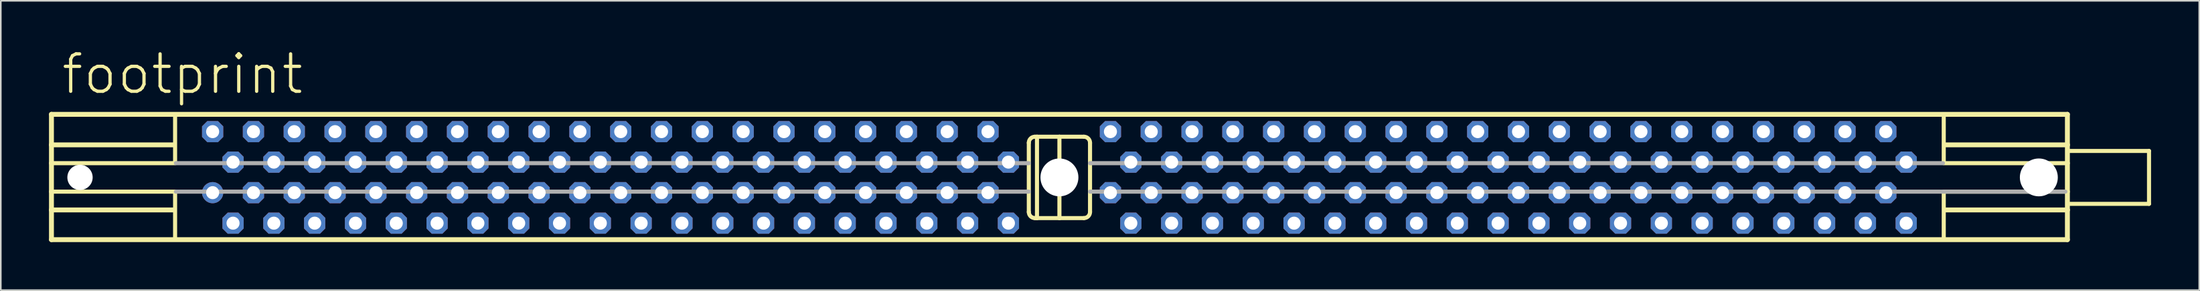
<source format=kicad_pcb>
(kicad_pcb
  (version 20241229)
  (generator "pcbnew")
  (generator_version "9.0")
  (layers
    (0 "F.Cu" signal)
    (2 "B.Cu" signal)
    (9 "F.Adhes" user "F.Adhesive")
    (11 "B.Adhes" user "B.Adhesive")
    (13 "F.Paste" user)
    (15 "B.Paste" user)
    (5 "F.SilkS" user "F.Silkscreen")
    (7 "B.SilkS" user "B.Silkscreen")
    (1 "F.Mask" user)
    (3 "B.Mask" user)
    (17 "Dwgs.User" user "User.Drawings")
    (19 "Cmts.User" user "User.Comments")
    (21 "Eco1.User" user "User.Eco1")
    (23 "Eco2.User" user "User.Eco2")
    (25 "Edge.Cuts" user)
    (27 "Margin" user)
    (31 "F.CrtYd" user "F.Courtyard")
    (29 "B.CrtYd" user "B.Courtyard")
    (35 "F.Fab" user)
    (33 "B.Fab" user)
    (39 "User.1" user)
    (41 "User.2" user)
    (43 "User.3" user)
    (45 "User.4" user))
  (footprint "footprint"
    (layer "F.Cu")
    (at 62.89 8.026)
    (property "Reference" "footprint" (at -62.23 -5.08 0) (layer "F.SilkS") (effects (font (size 2.337 2.337) (thickness 0.203)) (justify left bottom)))
    (fp_line (start -62.738 -3.937) (end -62.738 -2.032) (stroke (width 0.305) (type solid)) (layer "F.SilkS"))
    (fp_line (start -62.738 -3.937) (end 62.738 -3.937) (stroke (width 0.305) (type solid)) (layer "F.SilkS"))
    (fp_line (start -62.738 -2.032) (end -62.738 -0.889) (stroke (width 0.305) (type solid)) (layer "F.SilkS"))
    (fp_line (start -62.738 -2.032) (end -55.118 -2.032) (stroke (width 0.305) (type solid)) (layer "F.SilkS"))
    (fp_line (start -62.738 -0.889) (end -62.738 0.889) (stroke (width 0.305) (type solid)) (layer "F.SilkS"))
    (fp_line (start -62.738 -0.889) (end -55.118 -0.889) (stroke (width 0.254) (type solid)) (layer "F.SilkS"))
    (fp_line (start -62.738 0.889) (end -62.738 2.032) (stroke (width 0.305) (type solid)) (layer "F.SilkS"))
    (fp_line (start -62.738 0.889) (end -55.118 0.889) (stroke (width 0.254) (type solid)) (layer "F.SilkS"))
    (fp_line (start -62.738 2.032) (end -62.738 3.886) (stroke (width 0.305) (type solid)) (layer "F.SilkS"))
    (fp_line (start -62.738 2.032) (end -55.118 2.032) (stroke (width 0.305) (type solid)) (layer "F.SilkS"))
    (fp_line (start -55.042 -3.861) (end -55.042 -0.889) (stroke (width 0.254) (type solid)) (layer "F.SilkS"))
    (fp_line (start -55.042 0.889) (end -55.042 3.81) (stroke (width 0.254) (type solid)) (layer "F.SilkS"))
    (fp_line (start -1.905 -2.159) (end -1.905 2.159) (stroke (width 0.254) (type solid)) (layer "F.SilkS"))
    (fp_line (start -1.524 2.54) (end -1.397 2.54) (stroke (width 0.254) (type solid)) (layer "F.SilkS"))
    (fp_line (start -1.397 -2.54) (end -1.524 -2.54) (stroke (width 0.254) (type solid)) (layer "F.SilkS"))
    (fp_line (start -1.397 2.54) (end -1.397 -2.54) (stroke (width 0.254) (type solid)) (layer "F.SilkS"))
    (fp_line (start -1.397 2.54) (end 0 2.54) (stroke (width 0.254) (type solid)) (layer "F.SilkS"))
    (fp_line (start 0 -2.54) (end -1.397 -2.54) (stroke (width 0.254) (type solid)) (layer "F.SilkS"))
    (fp_line (start 0 2.54) (end 0 -2.54) (stroke (width 0.254) (type solid)) (layer "F.SilkS"))
    (fp_line (start 0 2.54) (end 1.524 2.54) (stroke (width 0.254) (type solid)) (layer "F.SilkS"))
    (fp_line (start 1.524 -2.54) (end 0 -2.54) (stroke (width 0.254) (type solid)) (layer "F.SilkS"))
    (fp_line (start 1.905 2.159) (end 1.905 -2.159) (stroke (width 0.254) (type solid)) (layer "F.SilkS"))
    (fp_line (start 55.042 -3.861) (end 55.042 -0.889) (stroke (width 0.254) (type solid)) (layer "F.SilkS"))
    (fp_line (start 55.042 0.889) (end 55.042 3.81) (stroke (width 0.254) (type solid)) (layer "F.SilkS"))
    (fp_line (start 62.738 -3.937) (end 62.738 -2.032) (stroke (width 0.305) (type solid)) (layer "F.SilkS"))
    (fp_line (start 62.738 -2.032) (end 55.118 -2.032) (stroke (width 0.305) (type solid)) (layer "F.SilkS"))
    (fp_line (start 62.738 -2.032) (end 62.738 -0.889) (stroke (width 0.305) (type solid)) (layer "F.SilkS"))
    (fp_line (start 62.738 -0.889) (end 55.118 -0.889) (stroke (width 0.254) (type solid)) (layer "F.SilkS"))
    (fp_line (start 62.738 -0.889) (end 62.738 0.889) (stroke (width 0.305) (type solid)) (layer "F.SilkS"))
    (fp_line (start 62.738 0.889) (end 55.118 0.889) (stroke (width 0.254) (type solid)) (layer "F.SilkS"))
    (fp_line (start 62.738 0.889) (end 62.738 2.032) (stroke (width 0.305) (type solid)) (layer "F.SilkS"))
    (fp_line (start 62.738 2.032) (end 55.118 2.032) (stroke (width 0.305) (type solid)) (layer "F.SilkS"))
    (fp_line (start 62.738 2.032) (end 62.738 3.886) (stroke (width 0.305) (type solid)) (layer "F.SilkS"))
    (fp_line (start 62.738 3.886) (end -62.738 3.886) (stroke (width 0.305) (type solid)) (layer "F.SilkS"))
    (fp_line (start 62.865 -1.651) (end 67.818 -1.651) (stroke (width 0.254) (type solid)) (layer "F.SilkS"))
    (fp_line (start 67.818 -1.651) (end 67.818 1.651) (stroke (width 0.254) (type solid)) (layer "F.SilkS"))
    (fp_line (start 67.818 1.651) (end 62.865 1.651) (stroke (width 0.254) (type solid)) (layer "F.SilkS"))
    (fp_arc (start -1.905 -2.159) (mid -1.793408 -2.428408) (end -1.524 -2.54) (stroke (width 0.254) (type solid)) (layer "F.SilkS"))
    (fp_arc (start -1.524 2.54) (mid -1.793408 2.428408) (end -1.905 2.159) (stroke (width 0.254) (type solid)) (layer "F.SilkS"))
    (fp_arc (start 1.524 -2.54) (mid 1.793408 -2.428408) (end 1.905 -2.159) (stroke (width 0.254) (type solid)) (layer "F.SilkS"))
    (fp_arc (start 1.905 2.159) (mid 1.793408 2.428408) (end 1.524 2.54) (stroke (width 0.254) (type solid)) (layer "F.SilkS"))
    (fp_line (start -54.991 -0.889) (end -1.905 -0.889) (stroke (width 0.254) (type solid)) (layer "F.Fab"))
    (fp_line (start -54.991 0.889) (end -1.905 0.889) (stroke (width 0.254) (type solid)) (layer "F.Fab"))
    (fp_line (start 1.905 0.889) (end 62.611 0.889) (stroke (width 0.254) (type solid)) (layer "F.Fab"))
    (fp_line (start 54.991 -0.889) (end 1.905 -0.889) (stroke (width 0.254) (type solid)) (layer "F.Fab"))
    (pad "" np_thru_hole circle (at -60.96 0) (size 1.575 1.575) (drill 1.575) (layers "*.Cu" "*.Mask"))
    (pad "" np_thru_hole circle (at 0 0) (size 2.362 2.362) (drill 2.362) (layers "*.Cu" "*.Mask"))
    (pad "" np_thru_hole circle (at 60.96 0) (size 2.362 2.362) (drill 2.362) (layers "*.Cu" "*.Mask"))
    (pad "1" thru_hole circle (at -52.705 0.953) (size 1.321 1.321) (drill 0.813) (layers "*.Cu" "*.Mask"))
    (pad "2" thru_hole roundrect (at -51.435 2.857) (size 1.321 1.321) (drill 0.813) (layers "*.Cu" "*.Mask") (roundrect_rratio 0.25) (chamfer_ratio 0.25) (chamfer top_left top_right bottom_left bottom_right))
    (pad "3" thru_hole roundrect (at -50.165 0.953) (size 1.321 1.321) (drill 0.813) (layers "*.Cu" "*.Mask") (roundrect_rratio 0.25) (chamfer_ratio 0.25) (chamfer top_left top_right bottom_left bottom_right))
    (pad "4" thru_hole roundrect (at -48.895 2.857) (size 1.321 1.321) (drill 0.813) (layers "*.Cu" "*.Mask") (roundrect_rratio 0.25) (chamfer_ratio 0.25) (chamfer top_left top_right bottom_left bottom_right))
    (pad "5" thru_hole roundrect (at -47.625 0.953) (size 1.321 1.321) (drill 0.813) (layers "*.Cu" "*.Mask") (roundrect_rratio 0.25) (chamfer_ratio 0.25) (chamfer top_left top_right bottom_left bottom_right))
    (pad "6" thru_hole roundrect (at -46.355 2.857) (size 1.321 1.321) (drill 0.813) (layers "*.Cu" "*.Mask") (roundrect_rratio 0.25) (chamfer_ratio 0.25) (chamfer top_left top_right bottom_left bottom_right))
    (pad "7" thru_hole roundrect (at -45.085 0.953) (size 1.321 1.321) (drill 0.813) (layers "*.Cu" "*.Mask") (roundrect_rratio 0.25) (chamfer_ratio 0.25) (chamfer top_left top_right bottom_left bottom_right))
    (pad "8" thru_hole roundrect (at -43.815 2.857) (size 1.321 1.321) (drill 0.813) (layers "*.Cu" "*.Mask") (roundrect_rratio 0.25) (chamfer_ratio 0.25) (chamfer top_left top_right bottom_left bottom_right))
    (pad "9" thru_hole roundrect (at -42.545 0.953) (size 1.321 1.321) (drill 0.813) (layers "*.Cu" "*.Mask") (roundrect_rratio 0.25) (chamfer_ratio 0.25) (chamfer top_left top_right bottom_left bottom_right))
    (pad "10" thru_hole roundrect (at -41.275 2.857) (size 1.321 1.321) (drill 0.813) (layers "*.Cu" "*.Mask") (roundrect_rratio 0.25) (chamfer_ratio 0.25) (chamfer top_left top_right bottom_left bottom_right))
    (pad "11" thru_hole roundrect (at -40.005 0.953) (size 1.321 1.321) (drill 0.813) (layers "*.Cu" "*.Mask") (roundrect_rratio 0.25) (chamfer_ratio 0.25) (chamfer top_left top_right bottom_left bottom_right))
    (pad "12" thru_hole roundrect (at -38.735 2.857) (size 1.321 1.321) (drill 0.813) (layers "*.Cu" "*.Mask") (roundrect_rratio 0.25) (chamfer_ratio 0.25) (chamfer top_left top_right bottom_left bottom_right))
    (pad "13" thru_hole roundrect (at -37.465 0.953) (size 1.321 1.321) (drill 0.813) (layers "*.Cu" "*.Mask") (roundrect_rratio 0.25) (chamfer_ratio 0.25) (chamfer top_left top_right bottom_left bottom_right))
    (pad "14" thru_hole roundrect (at -36.195 2.857) (size 1.321 1.321) (drill 0.813) (layers "*.Cu" "*.Mask") (roundrect_rratio 0.25) (chamfer_ratio 0.25) (chamfer top_left top_right bottom_left bottom_right))
    (pad "15" thru_hole roundrect (at -34.925 0.953) (size 1.321 1.321) (drill 0.813) (layers "*.Cu" "*.Mask") (roundrect_rratio 0.25) (chamfer_ratio 0.25) (chamfer top_left top_right bottom_left bottom_right))
    (pad "16" thru_hole roundrect (at -33.655 2.857) (size 1.321 1.321) (drill 0.813) (layers "*.Cu" "*.Mask") (roundrect_rratio 0.25) (chamfer_ratio 0.25) (chamfer top_left top_right bottom_left bottom_right))
    (pad "17" thru_hole roundrect (at -32.385 0.953) (size 1.321 1.321) (drill 0.813) (layers "*.Cu" "*.Mask") (roundrect_rratio 0.25) (chamfer_ratio 0.25) (chamfer top_left top_right bottom_left bottom_right))
    (pad "18" thru_hole roundrect (at -31.115 2.857) (size 1.321 1.321) (drill 0.813) (layers "*.Cu" "*.Mask") (roundrect_rratio 0.25) (chamfer_ratio 0.25) (chamfer top_left top_right bottom_left bottom_right))
    (pad "19" thru_hole roundrect (at -29.845 0.953) (size 1.321 1.321) (drill 0.813) (layers "*.Cu" "*.Mask") (roundrect_rratio 0.25) (chamfer_ratio 0.25) (chamfer top_left top_right bottom_left bottom_right))
    (pad "20" thru_hole roundrect (at -28.575 2.857) (size 1.321 1.321) (drill 0.813) (layers "*.Cu" "*.Mask") (roundrect_rratio 0.25) (chamfer_ratio 0.25) (chamfer top_left top_right bottom_left bottom_right))
    (pad "21" thru_hole roundrect (at -27.305 0.953) (size 1.321 1.321) (drill 0.813) (layers "*.Cu" "*.Mask") (roundrect_rratio 0.25) (chamfer_ratio 0.25) (chamfer top_left top_right bottom_left bottom_right))
    (pad "22" thru_hole roundrect (at -26.035 2.857) (size 1.321 1.321) (drill 0.813) (layers "*.Cu" "*.Mask") (roundrect_rratio 0.25) (chamfer_ratio 0.25) (chamfer top_left top_right bottom_left bottom_right))
    (pad "23" thru_hole roundrect (at -24.765 0.953) (size 1.321 1.321) (drill 0.813) (layers "*.Cu" "*.Mask") (roundrect_rratio 0.25) (chamfer_ratio 0.25) (chamfer top_left top_right bottom_left bottom_right))
    (pad "24" thru_hole roundrect (at -23.495 2.857) (size 1.321 1.321) (drill 0.813) (layers "*.Cu" "*.Mask") (roundrect_rratio 0.25) (chamfer_ratio 0.25) (chamfer top_left top_right bottom_left bottom_right))
    (pad "25" thru_hole roundrect (at -22.225 0.953) (size 1.321 1.321) (drill 0.813) (layers "*.Cu" "*.Mask") (roundrect_rratio 0.25) (chamfer_ratio 0.25) (chamfer top_left top_right bottom_left bottom_right))
    (pad "26" thru_hole roundrect (at -20.955 2.857) (size 1.321 1.321) (drill 0.813) (layers "*.Cu" "*.Mask") (roundrect_rratio 0.25) (chamfer_ratio 0.25) (chamfer top_left top_right bottom_left bottom_right))
    (pad "27" thru_hole roundrect (at -19.685 0.953) (size 1.321 1.321) (drill 0.813) (layers "*.Cu" "*.Mask") (roundrect_rratio 0.25) (chamfer_ratio 0.25) (chamfer top_left top_right bottom_left bottom_right))
    (pad "28" thru_hole roundrect (at -18.415 2.857) (size 1.321 1.321) (drill 0.813) (layers "*.Cu" "*.Mask") (roundrect_rratio 0.25) (chamfer_ratio 0.25) (chamfer top_left top_right bottom_left bottom_right))
    (pad "29" thru_hole roundrect (at -17.145 0.953) (size 1.321 1.321) (drill 0.813) (layers "*.Cu" "*.Mask") (roundrect_rratio 0.25) (chamfer_ratio 0.25) (chamfer top_left top_right bottom_left bottom_right))
    (pad "30" thru_hole roundrect (at -15.875 2.857) (size 1.321 1.321) (drill 0.813) (layers "*.Cu" "*.Mask") (roundrect_rratio 0.25) (chamfer_ratio 0.25) (chamfer top_left top_right bottom_left bottom_right))
    (pad "31" thru_hole roundrect (at -14.605 0.953) (size 1.321 1.321) (drill 0.813) (layers "*.Cu" "*.Mask") (roundrect_rratio 0.25) (chamfer_ratio 0.25) (chamfer top_left top_right bottom_left bottom_right))
    (pad "32" thru_hole roundrect (at -13.335 2.857) (size 1.321 1.321) (drill 0.813) (layers "*.Cu" "*.Mask") (roundrect_rratio 0.25) (chamfer_ratio 0.25) (chamfer top_left top_right bottom_left bottom_right))
    (pad "33" thru_hole roundrect (at -12.065 0.953) (size 1.321 1.321) (drill 0.813) (layers "*.Cu" "*.Mask") (roundrect_rratio 0.25) (chamfer_ratio 0.25) (chamfer top_left top_right bottom_left bottom_right))
    (pad "34" thru_hole roundrect (at -10.795 2.857) (size 1.321 1.321) (drill 0.813) (layers "*.Cu" "*.Mask") (roundrect_rratio 0.25) (chamfer_ratio 0.25) (chamfer top_left top_right bottom_left bottom_right))
    (pad "35" thru_hole roundrect (at -9.525 0.953) (size 1.321 1.321) (drill 0.813) (layers "*.Cu" "*.Mask") (roundrect_rratio 0.25) (chamfer_ratio 0.25) (chamfer top_left top_right bottom_left bottom_right))
    (pad "36" thru_hole roundrect (at -8.255 2.857) (size 1.321 1.321) (drill 0.813) (layers "*.Cu" "*.Mask") (roundrect_rratio 0.25) (chamfer_ratio 0.25) (chamfer top_left top_right bottom_left bottom_right))
    (pad "37" thru_hole roundrect (at -6.985 0.953) (size 1.321 1.321) (drill 0.813) (layers "*.Cu" "*.Mask") (roundrect_rratio 0.25) (chamfer_ratio 0.25) (chamfer top_left top_right bottom_left bottom_right))
    (pad "38" thru_hole roundrect (at -5.715 2.857) (size 1.321 1.321) (drill 0.813) (layers "*.Cu" "*.Mask") (roundrect_rratio 0.25) (chamfer_ratio 0.25) (chamfer top_left top_right bottom_left bottom_right))
    (pad "39" thru_hole roundrect (at -4.445 0.953) (size 1.321 1.321) (drill 0.813) (layers "*.Cu" "*.Mask") (roundrect_rratio 0.25) (chamfer_ratio 0.25) (chamfer top_left top_right bottom_left bottom_right))
    (pad "40" thru_hole roundrect (at -3.175 2.857) (size 1.321 1.321) (drill 0.813) (layers "*.Cu" "*.Mask") (roundrect_rratio 0.25) (chamfer_ratio 0.25) (chamfer top_left top_right bottom_left bottom_right))
    (pad "41" thru_hole roundrect (at 3.175 0.953) (size 1.321 1.321) (drill 0.813) (layers "*.Cu" "*.Mask") (roundrect_rratio 0.25) (chamfer_ratio 0.25) (chamfer top_left top_right bottom_left bottom_right))
    (pad "42" thru_hole roundrect (at 4.445 2.857) (size 1.321 1.321) (drill 0.813) (layers "*.Cu" "*.Mask") (roundrect_rratio 0.25) (chamfer_ratio 0.25) (chamfer top_left top_right bottom_left bottom_right))
    (pad "43" thru_hole roundrect (at 5.715 0.953) (size 1.321 1.321) (drill 0.813) (layers "*.Cu" "*.Mask") (roundrect_rratio 0.25) (chamfer_ratio 0.25) (chamfer top_left top_right bottom_left bottom_right))
    (pad "44" thru_hole roundrect (at 6.985 2.857) (size 1.321 1.321) (drill 0.813) (layers "*.Cu" "*.Mask") (roundrect_rratio 0.25) (chamfer_ratio 0.25) (chamfer top_left top_right bottom_left bottom_right))
    (pad "45" thru_hole roundrect (at 8.255 0.953) (size 1.321 1.321) (drill 0.813) (layers "*.Cu" "*.Mask") (roundrect_rratio 0.25) (chamfer_ratio 0.25) (chamfer top_left top_right bottom_left bottom_right))
    (pad "46" thru_hole roundrect (at 9.525 2.857) (size 1.321 1.321) (drill 0.813) (layers "*.Cu" "*.Mask") (roundrect_rratio 0.25) (chamfer_ratio 0.25) (chamfer top_left top_right bottom_left bottom_right))
    (pad "47" thru_hole roundrect (at 10.795 0.953) (size 1.321 1.321) (drill 0.813) (layers "*.Cu" "*.Mask") (roundrect_rratio 0.25) (chamfer_ratio 0.25) (chamfer top_left top_right bottom_left bottom_right))
    (pad "48" thru_hole roundrect (at 12.065 2.857) (size 1.321 1.321) (drill 0.813) (layers "*.Cu" "*.Mask") (roundrect_rratio 0.25) (chamfer_ratio 0.25) (chamfer top_left top_right bottom_left bottom_right))
    (pad "49" thru_hole roundrect (at 13.335 0.953) (size 1.321 1.321) (drill 0.813) (layers "*.Cu" "*.Mask") (roundrect_rratio 0.25) (chamfer_ratio 0.25) (chamfer top_left top_right bottom_left bottom_right))
    (pad "50" thru_hole roundrect (at 14.605 2.857) (size 1.321 1.321) (drill 0.813) (layers "*.Cu" "*.Mask") (roundrect_rratio 0.25) (chamfer_ratio 0.25) (chamfer top_left top_right bottom_left bottom_right))
    (pad "51" thru_hole roundrect (at 15.875 0.953) (size 1.321 1.321) (drill 0.813) (layers "*.Cu" "*.Mask") (roundrect_rratio 0.25) (chamfer_ratio 0.25) (chamfer top_left top_right bottom_left bottom_right))
    (pad "52" thru_hole roundrect (at 17.145 2.857) (size 1.321 1.321) (drill 0.813) (layers "*.Cu" "*.Mask") (roundrect_rratio 0.25) (chamfer_ratio 0.25) (chamfer top_left top_right bottom_left bottom_right))
    (pad "53" thru_hole roundrect (at 18.415 0.953) (size 1.321 1.321) (drill 0.813) (layers "*.Cu" "*.Mask") (roundrect_rratio 0.25) (chamfer_ratio 0.25) (chamfer top_left top_right bottom_left bottom_right))
    (pad "54" thru_hole roundrect (at 19.685 2.857) (size 1.321 1.321) (drill 0.813) (layers "*.Cu" "*.Mask") (roundrect_rratio 0.25) (chamfer_ratio 0.25) (chamfer top_left top_right bottom_left bottom_right))
    (pad "55" thru_hole roundrect (at 20.955 0.953) (size 1.321 1.321) (drill 0.813) (layers "*.Cu" "*.Mask") (roundrect_rratio 0.25) (chamfer_ratio 0.25) (chamfer top_left top_right bottom_left bottom_right))
    (pad "56" thru_hole roundrect (at 22.225 2.857) (size 1.321 1.321) (drill 0.813) (layers "*.Cu" "*.Mask") (roundrect_rratio 0.25) (chamfer_ratio 0.25) (chamfer top_left top_right bottom_left bottom_right))
    (pad "57" thru_hole roundrect (at 23.495 0.953) (size 1.321 1.321) (drill 0.813) (layers "*.Cu" "*.Mask") (roundrect_rratio 0.25) (chamfer_ratio 0.25) (chamfer top_left top_right bottom_left bottom_right))
    (pad "58" thru_hole roundrect (at 24.765 2.857) (size 1.321 1.321) (drill 0.813) (layers "*.Cu" "*.Mask") (roundrect_rratio 0.25) (chamfer_ratio 0.25) (chamfer top_left top_right bottom_left bottom_right))
    (pad "59" thru_hole roundrect (at 26.035 0.953) (size 1.321 1.321) (drill 0.813) (layers "*.Cu" "*.Mask") (roundrect_rratio 0.25) (chamfer_ratio 0.25) (chamfer top_left top_right bottom_left bottom_right))
    (pad "60" thru_hole roundrect (at 27.305 2.857) (size 1.321 1.321) (drill 0.813) (layers "*.Cu" "*.Mask") (roundrect_rratio 0.25) (chamfer_ratio 0.25) (chamfer top_left top_right bottom_left bottom_right))
    (pad "61" thru_hole roundrect (at 28.575 0.953) (size 1.321 1.321) (drill 0.813) (layers "*.Cu" "*.Mask") (roundrect_rratio 0.25) (chamfer_ratio 0.25) (chamfer top_left top_right bottom_left bottom_right))
    (pad "62" thru_hole roundrect (at 29.845 2.857) (size 1.321 1.321) (drill 0.813) (layers "*.Cu" "*.Mask") (roundrect_rratio 0.25) (chamfer_ratio 0.25) (chamfer top_left top_right bottom_left bottom_right))
    (pad "63" thru_hole roundrect (at 31.115 0.953) (size 1.321 1.321) (drill 0.813) (layers "*.Cu" "*.Mask") (roundrect_rratio 0.25) (chamfer_ratio 0.25) (chamfer top_left top_right bottom_left bottom_right))
    (pad "64" thru_hole roundrect (at 32.385 2.857) (size 1.321 1.321) (drill 0.813) (layers "*.Cu" "*.Mask") (roundrect_rratio 0.25) (chamfer_ratio 0.25) (chamfer top_left top_right bottom_left bottom_right))
    (pad "65" thru_hole roundrect (at 33.655 0.953) (size 1.321 1.321) (drill 0.813) (layers "*.Cu" "*.Mask") (roundrect_rratio 0.25) (chamfer_ratio 0.25) (chamfer top_left top_right bottom_left bottom_right))
    (pad "66" thru_hole roundrect (at 34.925 2.857) (size 1.321 1.321) (drill 0.813) (layers "*.Cu" "*.Mask") (roundrect_rratio 0.25) (chamfer_ratio 0.25) (chamfer top_left top_right bottom_left bottom_right))
    (pad "67" thru_hole roundrect (at 36.195 0.953) (size 1.321 1.321) (drill 0.813) (layers "*.Cu" "*.Mask") (roundrect_rratio 0.25) (chamfer_ratio 0.25) (chamfer top_left top_right bottom_left bottom_right))
    (pad "68" thru_hole roundrect (at 37.465 2.857) (size 1.321 1.321) (drill 0.813) (layers "*.Cu" "*.Mask") (roundrect_rratio 0.25) (chamfer_ratio 0.25) (chamfer top_left top_right bottom_left bottom_right))
    (pad "69" thru_hole roundrect (at 38.735 0.953) (size 1.321 1.321) (drill 0.813) (layers "*.Cu" "*.Mask") (roundrect_rratio 0.25) (chamfer_ratio 0.25) (chamfer top_left top_right bottom_left bottom_right))
    (pad "70" thru_hole roundrect (at 40.005 2.857) (size 1.321 1.321) (drill 0.813) (layers "*.Cu" "*.Mask") (roundrect_rratio 0.25) (chamfer_ratio 0.25) (chamfer top_left top_right bottom_left bottom_right))
    (pad "71" thru_hole roundrect (at 41.275 0.953) (size 1.321 1.321) (drill 0.813) (layers "*.Cu" "*.Mask") (roundrect_rratio 0.25) (chamfer_ratio 0.25) (chamfer top_left top_right bottom_left bottom_right))
    (pad "72" thru_hole roundrect (at 42.545 2.857) (size 1.321 1.321) (drill 0.813) (layers "*.Cu" "*.Mask") (roundrect_rratio 0.25) (chamfer_ratio 0.25) (chamfer top_left top_right bottom_left bottom_right))
    (pad "73" thru_hole roundrect (at 43.815 0.953) (size 1.321 1.321) (drill 0.813) (layers "*.Cu" "*.Mask") (roundrect_rratio 0.25) (chamfer_ratio 0.25) (chamfer top_left top_right bottom_left bottom_right))
    (pad "74" thru_hole roundrect (at 45.085 2.857) (size 1.321 1.321) (drill 0.813) (layers "*.Cu" "*.Mask") (roundrect_rratio 0.25) (chamfer_ratio 0.25) (chamfer top_left top_right bottom_left bottom_right))
    (pad "75" thru_hole roundrect (at 46.355 0.953) (size 1.321 1.321) (drill 0.813) (layers "*.Cu" "*.Mask") (roundrect_rratio 0.25) (chamfer_ratio 0.25) (chamfer top_left top_right bottom_left bottom_right))
    (pad "76" thru_hole roundrect (at 47.625 2.857) (size 1.321 1.321) (drill 0.813) (layers "*.Cu" "*.Mask") (roundrect_rratio 0.25) (chamfer_ratio 0.25) (chamfer top_left top_right bottom_left bottom_right))
    (pad "77" thru_hole roundrect (at 48.895 0.953) (size 1.321 1.321) (drill 0.813) (layers "*.Cu" "*.Mask") (roundrect_rratio 0.25) (chamfer_ratio 0.25) (chamfer top_left top_right bottom_left bottom_right))
    (pad "78" thru_hole roundrect (at 50.165 2.857) (size 1.321 1.321) (drill 0.813) (layers "*.Cu" "*.Mask") (roundrect_rratio 0.25) (chamfer_ratio 0.25) (chamfer top_left top_right bottom_left bottom_right))
    (pad "79" thru_hole roundrect (at 51.435 0.953) (size 1.321 1.321) (drill 0.813) (layers "*.Cu" "*.Mask") (roundrect_rratio 0.25) (chamfer_ratio 0.25) (chamfer top_left top_right bottom_left bottom_right))
    (pad "80" thru_hole roundrect (at 52.705 2.857) (size 1.321 1.321) (drill 0.813) (layers "*.Cu" "*.Mask") (roundrect_rratio 0.25) (chamfer_ratio 0.25) (chamfer top_left top_right bottom_left bottom_right))
    (pad "81" thru_hole roundrect (at -52.705 -2.857) (size 1.321 1.321) (drill 0.813) (layers "*.Cu" "*.Mask") (roundrect_rratio 0.25) (chamfer_ratio 0.25) (chamfer top_left top_right bottom_left bottom_right))
    (pad "82" thru_hole roundrect (at -51.435 -0.953) (size 1.321 1.321) (drill 0.813) (layers "*.Cu" "*.Mask") (roundrect_rratio 0.25) (chamfer_ratio 0.25) (chamfer top_left top_right bottom_left bottom_right))
    (pad "83" thru_hole roundrect (at -50.165 -2.857) (size 1.321 1.321) (drill 0.813) (layers "*.Cu" "*.Mask") (roundrect_rratio 0.25) (chamfer_ratio 0.25) (chamfer top_left top_right bottom_left bottom_right))
    (pad "84" thru_hole roundrect (at -48.895 -0.953) (size 1.321 1.321) (drill 0.813) (layers "*.Cu" "*.Mask") (roundrect_rratio 0.25) (chamfer_ratio 0.25) (chamfer top_left top_right bottom_left bottom_right))
    (pad "85" thru_hole roundrect (at -47.625 -2.857) (size 1.321 1.321) (drill 0.813) (layers "*.Cu" "*.Mask") (roundrect_rratio 0.25) (chamfer_ratio 0.25) (chamfer top_left top_right bottom_left bottom_right))
    (pad "86" thru_hole roundrect (at -46.355 -0.953) (size 1.321 1.321) (drill 0.813) (layers "*.Cu" "*.Mask") (roundrect_rratio 0.25) (chamfer_ratio 0.25) (chamfer top_left top_right bottom_left bottom_right))
    (pad "87" thru_hole roundrect (at -45.085 -2.857) (size 1.321 1.321) (drill 0.813) (layers "*.Cu" "*.Mask") (roundrect_rratio 0.25) (chamfer_ratio 0.25) (chamfer top_left top_right bottom_left bottom_right))
    (pad "88" thru_hole roundrect (at -43.815 -0.953) (size 1.321 1.321) (drill 0.813) (layers "*.Cu" "*.Mask") (roundrect_rratio 0.25) (chamfer_ratio 0.25) (chamfer top_left top_right bottom_left bottom_right))
    (pad "89" thru_hole roundrect (at -42.545 -2.857) (size 1.321 1.321) (drill 0.813) (layers "*.Cu" "*.Mask") (roundrect_rratio 0.25) (chamfer_ratio 0.25) (chamfer top_left top_right bottom_left bottom_right))
    (pad "90" thru_hole roundrect (at -41.275 -0.953) (size 1.321 1.321) (drill 0.813) (layers "*.Cu" "*.Mask") (roundrect_rratio 0.25) (chamfer_ratio 0.25) (chamfer top_left top_right bottom_left bottom_right))
    (pad "91" thru_hole roundrect (at -40.005 -2.857) (size 1.321 1.321) (drill 0.813) (layers "*.Cu" "*.Mask") (roundrect_rratio 0.25) (chamfer_ratio 0.25) (chamfer top_left top_right bottom_left bottom_right))
    (pad "92" thru_hole roundrect (at -38.735 -0.953) (size 1.321 1.321) (drill 0.813) (layers "*.Cu" "*.Mask") (roundrect_rratio 0.25) (chamfer_ratio 0.25) (chamfer top_left top_right bottom_left bottom_right))
    (pad "93" thru_hole roundrect (at -37.465 -2.857) (size 1.321 1.321) (drill 0.813) (layers "*.Cu" "*.Mask") (roundrect_rratio 0.25) (chamfer_ratio 0.25) (chamfer top_left top_right bottom_left bottom_right))
    (pad "94" thru_hole roundrect (at -36.195 -0.953) (size 1.321 1.321) (drill 0.813) (layers "*.Cu" "*.Mask") (roundrect_rratio 0.25) (chamfer_ratio 0.25) (chamfer top_left top_right bottom_left bottom_right))
    (pad "95" thru_hole roundrect (at -34.925 -2.857) (size 1.321 1.321) (drill 0.813) (layers "*.Cu" "*.Mask") (roundrect_rratio 0.25) (chamfer_ratio 0.25) (chamfer top_left top_right bottom_left bottom_right))
    (pad "96" thru_hole roundrect (at -33.655 -0.953) (size 1.321 1.321) (drill 0.813) (layers "*.Cu" "*.Mask") (roundrect_rratio 0.25) (chamfer_ratio 0.25) (chamfer top_left top_right bottom_left bottom_right))
    (pad "97" thru_hole roundrect (at -32.385 -2.857) (size 1.321 1.321) (drill 0.813) (layers "*.Cu" "*.Mask") (roundrect_rratio 0.25) (chamfer_ratio 0.25) (chamfer top_left top_right bottom_left bottom_right))
    (pad "98" thru_hole roundrect (at -31.115 -0.953) (size 1.321 1.321) (drill 0.813) (layers "*.Cu" "*.Mask") (roundrect_rratio 0.25) (chamfer_ratio 0.25) (chamfer top_left top_right bottom_left bottom_right))
    (pad "99" thru_hole roundrect (at -29.845 -2.857) (size 1.321 1.321) (drill 0.813) (layers "*.Cu" "*.Mask") (roundrect_rratio 0.25) (chamfer_ratio 0.25) (chamfer top_left top_right bottom_left bottom_right))
    (pad "100" thru_hole roundrect (at -28.575 -0.953) (size 1.321 1.321) (drill 0.813) (layers "*.Cu" "*.Mask") (roundrect_rratio 0.25) (chamfer_ratio 0.25) (chamfer top_left top_right bottom_left bottom_right))
    (pad "101" thru_hole roundrect (at -27.305 -2.857) (size 1.321 1.321) (drill 0.813) (layers "*.Cu" "*.Mask") (roundrect_rratio 0.25) (chamfer_ratio 0.25) (chamfer top_left top_right bottom_left bottom_right))
    (pad "102" thru_hole roundrect (at -26.035 -0.953) (size 1.321 1.321) (drill 0.813) (layers "*.Cu" "*.Mask") (roundrect_rratio 0.25) (chamfer_ratio 0.25) (chamfer top_left top_right bottom_left bottom_right))
    (pad "103" thru_hole roundrect (at -24.765 -2.857) (size 1.321 1.321) (drill 0.813) (layers "*.Cu" "*.Mask") (roundrect_rratio 0.25) (chamfer_ratio 0.25) (chamfer top_left top_right bottom_left bottom_right))
    (pad "104" thru_hole roundrect (at -23.495 -0.953) (size 1.321 1.321) (drill 0.813) (layers "*.Cu" "*.Mask") (roundrect_rratio 0.25) (chamfer_ratio 0.25) (chamfer top_left top_right bottom_left bottom_right))
    (pad "105" thru_hole roundrect (at -22.225 -2.857) (size 1.321 1.321) (drill 0.813) (layers "*.Cu" "*.Mask") (roundrect_rratio 0.25) (chamfer_ratio 0.25) (chamfer top_left top_right bottom_left bottom_right))
    (pad "106" thru_hole roundrect (at -20.955 -0.953) (size 1.321 1.321) (drill 0.813) (layers "*.Cu" "*.Mask") (roundrect_rratio 0.25) (chamfer_ratio 0.25) (chamfer top_left top_right bottom_left bottom_right))
    (pad "107" thru_hole roundrect (at -19.685 -2.857) (size 1.321 1.321) (drill 0.813) (layers "*.Cu" "*.Mask") (roundrect_rratio 0.25) (chamfer_ratio 0.25) (chamfer top_left top_right bottom_left bottom_right))
    (pad "108" thru_hole roundrect (at -18.415 -0.953) (size 1.321 1.321) (drill 0.813) (layers "*.Cu" "*.Mask") (roundrect_rratio 0.25) (chamfer_ratio 0.25) (chamfer top_left top_right bottom_left bottom_right))
    (pad "109" thru_hole roundrect (at -17.145 -2.857) (size 1.321 1.321) (drill 0.813) (layers "*.Cu" "*.Mask") (roundrect_rratio 0.25) (chamfer_ratio 0.25) (chamfer top_left top_right bottom_left bottom_right))
    (pad "110" thru_hole roundrect (at -15.875 -0.953) (size 1.321 1.321) (drill 0.813) (layers "*.Cu" "*.Mask") (roundrect_rratio 0.25) (chamfer_ratio 0.25) (chamfer top_left top_right bottom_left bottom_right))
    (pad "111" thru_hole roundrect (at -14.605 -2.857) (size 1.321 1.321) (drill 0.813) (layers "*.Cu" "*.Mask") (roundrect_rratio 0.25) (chamfer_ratio 0.25) (chamfer top_left top_right bottom_left bottom_right))
    (pad "112" thru_hole roundrect (at -13.335 -0.953) (size 1.321 1.321) (drill 0.813) (layers "*.Cu" "*.Mask") (roundrect_rratio 0.25) (chamfer_ratio 0.25) (chamfer top_left top_right bottom_left bottom_right))
    (pad "113" thru_hole roundrect (at -12.065 -2.857) (size 1.321 1.321) (drill 0.813) (layers "*.Cu" "*.Mask") (roundrect_rratio 0.25) (chamfer_ratio 0.25) (chamfer top_left top_right bottom_left bottom_right))
    (pad "114" thru_hole roundrect (at -10.795 -0.953) (size 1.321 1.321) (drill 0.813) (layers "*.Cu" "*.Mask") (roundrect_rratio 0.25) (chamfer_ratio 0.25) (chamfer top_left top_right bottom_left bottom_right))
    (pad "115" thru_hole roundrect (at -9.525 -2.857) (size 1.321 1.321) (drill 0.813) (layers "*.Cu" "*.Mask") (roundrect_rratio 0.25) (chamfer_ratio 0.25) (chamfer top_left top_right bottom_left bottom_right))
    (pad "116" thru_hole roundrect (at -8.255 -0.953) (size 1.321 1.321) (drill 0.813) (layers "*.Cu" "*.Mask") (roundrect_rratio 0.25) (chamfer_ratio 0.25) (chamfer top_left top_right bottom_left bottom_right))
    (pad "117" thru_hole roundrect (at -6.985 -2.857) (size 1.321 1.321) (drill 0.813) (layers "*.Cu" "*.Mask") (roundrect_rratio 0.25) (chamfer_ratio 0.25) (chamfer top_left top_right bottom_left bottom_right))
    (pad "118" thru_hole roundrect (at -5.715 -0.953) (size 1.321 1.321) (drill 0.813) (layers "*.Cu" "*.Mask") (roundrect_rratio 0.25) (chamfer_ratio 0.25) (chamfer top_left top_right bottom_left bottom_right))
    (pad "119" thru_hole roundrect (at -4.445 -2.857) (size 1.321 1.321) (drill 0.813) (layers "*.Cu" "*.Mask") (roundrect_rratio 0.25) (chamfer_ratio 0.25) (chamfer top_left top_right bottom_left bottom_right))
    (pad "120" thru_hole roundrect (at -3.175 -0.953) (size 1.321 1.321) (drill 0.813) (layers "*.Cu" "*.Mask") (roundrect_rratio 0.25) (chamfer_ratio 0.25) (chamfer top_left top_right bottom_left bottom_right))
    (pad "121" thru_hole roundrect (at 3.175 -2.857) (size 1.321 1.321) (drill 0.813) (layers "*.Cu" "*.Mask") (roundrect_rratio 0.25) (chamfer_ratio 0.25) (chamfer top_left top_right bottom_left bottom_right))
    (pad "122" thru_hole roundrect (at 4.445 -0.953) (size 1.321 1.321) (drill 0.813) (layers "*.Cu" "*.Mask") (roundrect_rratio 0.25) (chamfer_ratio 0.25) (chamfer top_left top_right bottom_left bottom_right))
    (pad "123" thru_hole roundrect (at 5.715 -2.857) (size 1.321 1.321) (drill 0.813) (layers "*.Cu" "*.Mask") (roundrect_rratio 0.25) (chamfer_ratio 0.25) (chamfer top_left top_right bottom_left bottom_right))
    (pad "124" thru_hole roundrect (at 6.985 -0.953) (size 1.321 1.321) (drill 0.813) (layers "*.Cu" "*.Mask") (roundrect_rratio 0.25) (chamfer_ratio 0.25) (chamfer top_left top_right bottom_left bottom_right))
    (pad "125" thru_hole roundrect (at 8.255 -2.857) (size 1.321 1.321) (drill 0.813) (layers "*.Cu" "*.Mask") (roundrect_rratio 0.25) (chamfer_ratio 0.25) (chamfer top_left top_right bottom_left bottom_right))
    (pad "126" thru_hole roundrect (at 9.525 -0.953) (size 1.321 1.321) (drill 0.813) (layers "*.Cu" "*.Mask") (roundrect_rratio 0.25) (chamfer_ratio 0.25) (chamfer top_left top_right bottom_left bottom_right))
    (pad "127" thru_hole roundrect (at 10.795 -2.857) (size 1.321 1.321) (drill 0.813) (layers "*.Cu" "*.Mask") (roundrect_rratio 0.25) (chamfer_ratio 0.25) (chamfer top_left top_right bottom_left bottom_right))
    (pad "128" thru_hole roundrect (at 12.065 -0.953) (size 1.321 1.321) (drill 0.813) (layers "*.Cu" "*.Mask") (roundrect_rratio 0.25) (chamfer_ratio 0.25) (chamfer top_left top_right bottom_left bottom_right))
    (pad "129" thru_hole roundrect (at 13.335 -2.857) (size 1.321 1.321) (drill 0.813) (layers "*.Cu" "*.Mask") (roundrect_rratio 0.25) (chamfer_ratio 0.25) (chamfer top_left top_right bottom_left bottom_right))
    (pad "130" thru_hole roundrect (at 14.605 -0.953) (size 1.321 1.321) (drill 0.813) (layers "*.Cu" "*.Mask") (roundrect_rratio 0.25) (chamfer_ratio 0.25) (chamfer top_left top_right bottom_left bottom_right))
    (pad "131" thru_hole roundrect (at 15.875 -2.857) (size 1.321 1.321) (drill 0.813) (layers "*.Cu" "*.Mask") (roundrect_rratio 0.25) (chamfer_ratio 0.25) (chamfer top_left top_right bottom_left bottom_right))
    (pad "132" thru_hole roundrect (at 17.145 -0.953) (size 1.321 1.321) (drill 0.813) (layers "*.Cu" "*.Mask") (roundrect_rratio 0.25) (chamfer_ratio 0.25) (chamfer top_left top_right bottom_left bottom_right))
    (pad "133" thru_hole roundrect (at 18.415 -2.857) (size 1.321 1.321) (drill 0.813) (layers "*.Cu" "*.Mask") (roundrect_rratio 0.25) (chamfer_ratio 0.25) (chamfer top_left top_right bottom_left bottom_right))
    (pad "134" thru_hole roundrect (at 19.685 -0.953) (size 1.321 1.321) (drill 0.813) (layers "*.Cu" "*.Mask") (roundrect_rratio 0.25) (chamfer_ratio 0.25) (chamfer top_left top_right bottom_left bottom_right))
    (pad "135" thru_hole roundrect (at 20.955 -2.857) (size 1.321 1.321) (drill 0.813) (layers "*.Cu" "*.Mask") (roundrect_rratio 0.25) (chamfer_ratio 0.25) (chamfer top_left top_right bottom_left bottom_right))
    (pad "136" thru_hole roundrect (at 22.225 -0.953) (size 1.321 1.321) (drill 0.813) (layers "*.Cu" "*.Mask") (roundrect_rratio 0.25) (chamfer_ratio 0.25) (chamfer top_left top_right bottom_left bottom_right))
    (pad "137" thru_hole roundrect (at 23.495 -2.857) (size 1.321 1.321) (drill 0.813) (layers "*.Cu" "*.Mask") (roundrect_rratio 0.25) (chamfer_ratio 0.25) (chamfer top_left top_right bottom_left bottom_right))
    (pad "138" thru_hole roundrect (at 24.765 -0.953) (size 1.321 1.321) (drill 0.813) (layers "*.Cu" "*.Mask") (roundrect_rratio 0.25) (chamfer_ratio 0.25) (chamfer top_left top_right bottom_left bottom_right))
    (pad "139" thru_hole roundrect (at 26.035 -2.857) (size 1.321 1.321) (drill 0.813) (layers "*.Cu" "*.Mask") (roundrect_rratio 0.25) (chamfer_ratio 0.25) (chamfer top_left top_right bottom_left bottom_right))
    (pad "140" thru_hole roundrect (at 27.305 -0.953) (size 1.321 1.321) (drill 0.813) (layers "*.Cu" "*.Mask") (roundrect_rratio 0.25) (chamfer_ratio 0.25) (chamfer top_left top_right bottom_left bottom_right))
    (pad "141" thru_hole roundrect (at 28.575 -2.857) (size 1.321 1.321) (drill 0.813) (layers "*.Cu" "*.Mask") (roundrect_rratio 0.25) (chamfer_ratio 0.25) (chamfer top_left top_right bottom_left bottom_right))
    (pad "142" thru_hole roundrect (at 29.845 -0.953) (size 1.321 1.321) (drill 0.813) (layers "*.Cu" "*.Mask") (roundrect_rratio 0.25) (chamfer_ratio 0.25) (chamfer top_left top_right bottom_left bottom_right))
    (pad "143" thru_hole roundrect (at 31.115 -2.857) (size 1.321 1.321) (drill 0.813) (layers "*.Cu" "*.Mask") (roundrect_rratio 0.25) (chamfer_ratio 0.25) (chamfer top_left top_right bottom_left bottom_right))
    (pad "144" thru_hole roundrect (at 32.385 -0.953) (size 1.321 1.321) (drill 0.813) (layers "*.Cu" "*.Mask") (roundrect_rratio 0.25) (chamfer_ratio 0.25) (chamfer top_left top_right bottom_left bottom_right))
    (pad "145" thru_hole roundrect (at 33.655 -2.857) (size 1.321 1.321) (drill 0.813) (layers "*.Cu" "*.Mask") (roundrect_rratio 0.25) (chamfer_ratio 0.25) (chamfer top_left top_right bottom_left bottom_right))
    (pad "146" thru_hole roundrect (at 34.925 -0.953) (size 1.321 1.321) (drill 0.813) (layers "*.Cu" "*.Mask") (roundrect_rratio 0.25) (chamfer_ratio 0.25) (chamfer top_left top_right bottom_left bottom_right))
    (pad "147" thru_hole roundrect (at 36.195 -2.857) (size 1.321 1.321) (drill 0.813) (layers "*.Cu" "*.Mask") (roundrect_rratio 0.25) (chamfer_ratio 0.25) (chamfer top_left top_right bottom_left bottom_right))
    (pad "148" thru_hole roundrect (at 37.465 -0.953) (size 1.321 1.321) (drill 0.813) (layers "*.Cu" "*.Mask") (roundrect_rratio 0.25) (chamfer_ratio 0.25) (chamfer top_left top_right bottom_left bottom_right))
    (pad "149" thru_hole roundrect (at 38.735 -2.857) (size 1.321 1.321) (drill 0.813) (layers "*.Cu" "*.Mask") (roundrect_rratio 0.25) (chamfer_ratio 0.25) (chamfer top_left top_right bottom_left bottom_right))
    (pad "150" thru_hole roundrect (at 40.005 -0.953) (size 1.321 1.321) (drill 0.813) (layers "*.Cu" "*.Mask") (roundrect_rratio 0.25) (chamfer_ratio 0.25) (chamfer top_left top_right bottom_left bottom_right))
    (pad "151" thru_hole roundrect (at 41.275 -2.857) (size 1.321 1.321) (drill 0.813) (layers "*.Cu" "*.Mask") (roundrect_rratio 0.25) (chamfer_ratio 0.25) (chamfer top_left top_right bottom_left bottom_right))
    (pad "152" thru_hole roundrect (at 42.545 -0.953) (size 1.321 1.321) (drill 0.813) (layers "*.Cu" "*.Mask") (roundrect_rratio 0.25) (chamfer_ratio 0.25) (chamfer top_left top_right bottom_left bottom_right))
    (pad "153" thru_hole roundrect (at 43.815 -2.857) (size 1.321 1.321) (drill 0.813) (layers "*.Cu" "*.Mask") (roundrect_rratio 0.25) (chamfer_ratio 0.25) (chamfer top_left top_right bottom_left bottom_right))
    (pad "154" thru_hole roundrect (at 45.085 -0.953) (size 1.321 1.321) (drill 0.813) (layers "*.Cu" "*.Mask") (roundrect_rratio 0.25) (chamfer_ratio 0.25) (chamfer top_left top_right bottom_left bottom_right))
    (pad "155" thru_hole roundrect (at 46.355 -2.857) (size 1.321 1.321) (drill 0.813) (layers "*.Cu" "*.Mask") (roundrect_rratio 0.25) (chamfer_ratio 0.25) (chamfer top_left top_right bottom_left bottom_right))
    (pad "156" thru_hole roundrect (at 47.625 -0.953) (size 1.321 1.321) (drill 0.813) (layers "*.Cu" "*.Mask") (roundrect_rratio 0.25) (chamfer_ratio 0.25) (chamfer top_left top_right bottom_left bottom_right))
    (pad "157" thru_hole roundrect (at 48.895 -2.857) (size 1.321 1.321) (drill 0.813) (layers "*.Cu" "*.Mask") (roundrect_rratio 0.25) (chamfer_ratio 0.25) (chamfer top_left top_right bottom_left bottom_right))
    (pad "158" thru_hole roundrect (at 50.165 -0.953) (size 1.321 1.321) (drill 0.813) (layers "*.Cu" "*.Mask") (roundrect_rratio 0.25) (chamfer_ratio 0.25) (chamfer top_left top_right bottom_left bottom_right))
    (pad "159" thru_hole roundrect (at 51.435 -2.857) (size 1.321 1.321) (drill 0.813) (layers "*.Cu" "*.Mask") (roundrect_rratio 0.25) (chamfer_ratio 0.25) (chamfer top_left top_right bottom_left bottom_right))
    (pad "160" thru_hole roundrect (at 52.705 -0.953) (size 1.321 1.321) (drill 0.813) (layers "*.Cu" "*.Mask") (roundrect_rratio 0.25) (chamfer_ratio 0.25) (chamfer top_left top_right bottom_left bottom_right)))
  (gr_rect
    (start -3 -3)
    (end 133.835 15.065)
    (stroke (width 0.1) (type default))
    (fill no)
    (layer "Edge.Cuts")))
</source>
